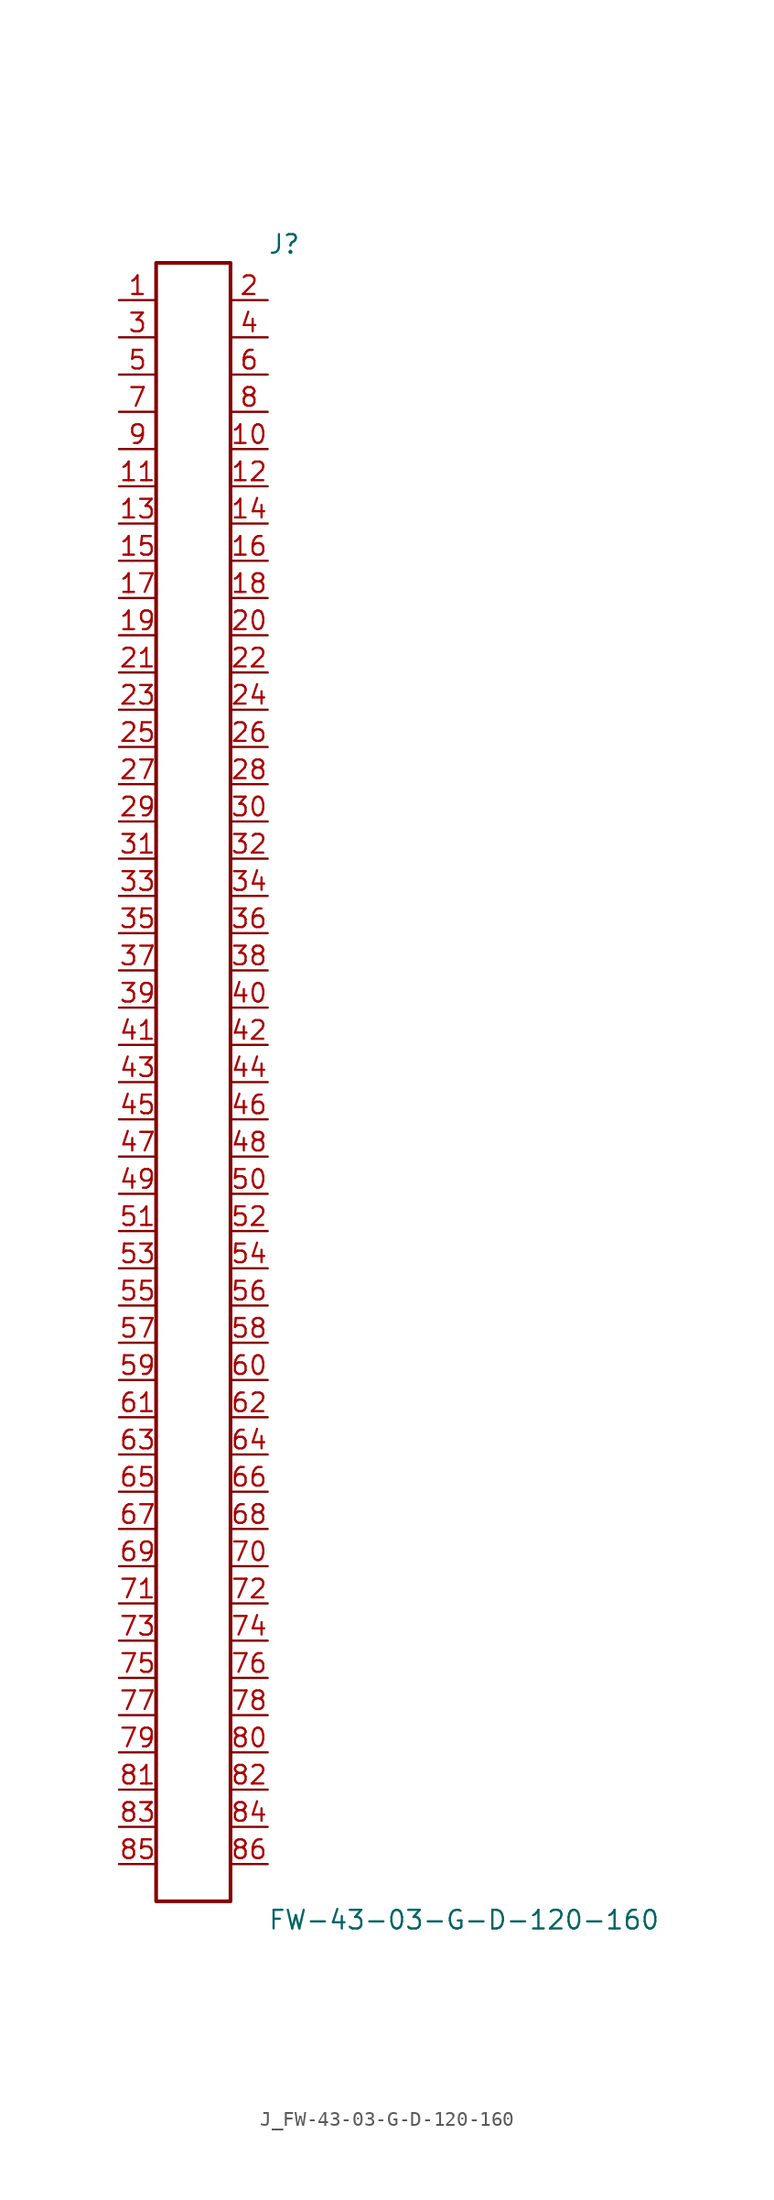
<source format=kicad_sym>
(kicad_symbol_lib
  (version 20231120)
  (generator kicad_symbol_editor)
  (generator_version 8.0)
  (symbol "J_FW-43-03-G-D-120-160"
    (pin_names
      (offset 0.254))
    (property "Reference" "J"
      (at 5.08 57.15 0)
      (effects (font (size 1.27 1.27)) (justify left)))
    (property "Value" "FW-43-03-G-D-120-160"
      (at 5.08 -57.15 0)
      (effects (font (size 1.27 1.27)) (justify left)))
    (symbol "J_FW-43-03-G-D-120-160_0_0"
      (pin passive line (at -5.08 53.34 0) (length 2.54) (name "" (effects (font (size 1.27 1.27)))) (number "1" (effects (font (size 1.27 1.27)))))
      (pin passive line (at 5.08 53.34 180) (length 2.54) (name "" (effects (font (size 1.27 1.27)))) (number "2" (effects (font (size 1.27 1.27)))))
      (pin passive line (at -5.08 50.8 0) (length 2.54) (name "" (effects (font (size 1.27 1.27)))) (number "3" (effects (font (size 1.27 1.27)))))
      (pin passive line (at 5.08 50.8 180) (length 2.54) (name "" (effects (font (size 1.27 1.27)))) (number "4" (effects (font (size 1.27 1.27)))))
      (pin passive line (at -5.08 48.26 0) (length 2.54) (name "" (effects (font (size 1.27 1.27)))) (number "5" (effects (font (size 1.27 1.27)))))
      (pin passive line (at 5.08 48.26 180) (length 2.54) (name "" (effects (font (size 1.27 1.27)))) (number "6" (effects (font (size 1.27 1.27)))))
      (pin passive line (at -5.08 45.72 0) (length 2.54) (name "" (effects (font (size 1.27 1.27)))) (number "7" (effects (font (size 1.27 1.27)))))
      (pin passive line (at 5.08 45.72 180) (length 2.54) (name "" (effects (font (size 1.27 1.27)))) (number "8" (effects (font (size 1.27 1.27)))))
      (pin passive line (at -5.08 43.18 0) (length 2.54) (name "" (effects (font (size 1.27 1.27)))) (number "9" (effects (font (size 1.27 1.27)))))
      (pin passive line (at 5.08 43.18 180) (length 2.54) (name "" (effects (font (size 1.27 1.27)))) (number "10" (effects (font (size 1.27 1.27)))))
      (pin passive line (at -5.08 40.64 0) (length 2.54) (name "" (effects (font (size 1.27 1.27)))) (number "11" (effects (font (size 1.27 1.27)))))
      (pin passive line (at 5.08 40.64 180) (length 2.54) (name "" (effects (font (size 1.27 1.27)))) (number "12" (effects (font (size 1.27 1.27)))))
      (pin passive line (at -5.08 38.1 0) (length 2.54) (name "" (effects (font (size 1.27 1.27)))) (number "13" (effects (font (size 1.27 1.27)))))
      (pin passive line (at 5.08 38.1 180) (length 2.54) (name "" (effects (font (size 1.27 1.27)))) (number "14" (effects (font (size 1.27 1.27)))))
      (pin passive line (at -5.08 35.56 0) (length 2.54) (name "" (effects (font (size 1.27 1.27)))) (number "15" (effects (font (size 1.27 1.27)))))
      (pin passive line (at 5.08 35.56 180) (length 2.54) (name "" (effects (font (size 1.27 1.27)))) (number "16" (effects (font (size 1.27 1.27)))))
      (pin passive line (at -5.08 33.02 0) (length 2.54) (name "" (effects (font (size 1.27 1.27)))) (number "17" (effects (font (size 1.27 1.27)))))
      (pin passive line (at 5.08 33.02 180) (length 2.54) (name "" (effects (font (size 1.27 1.27)))) (number "18" (effects (font (size 1.27 1.27)))))
      (pin passive line (at -5.08 30.48 0) (length 2.54) (name "" (effects (font (size 1.27 1.27)))) (number "19" (effects (font (size 1.27 1.27)))))
      (pin passive line (at 5.08 30.48 180) (length 2.54) (name "" (effects (font (size 1.27 1.27)))) (number "20" (effects (font (size 1.27 1.27)))))
      (pin passive line (at -5.08 27.94 0) (length 2.54) (name "" (effects (font (size 1.27 1.27)))) (number "21" (effects (font (size 1.27 1.27)))))
      (pin passive line (at 5.08 27.94 180) (length 2.54) (name "" (effects (font (size 1.27 1.27)))) (number "22" (effects (font (size 1.27 1.27)))))
      (pin passive line (at -5.08 25.4 0) (length 2.54) (name "" (effects (font (size 1.27 1.27)))) (number "23" (effects (font (size 1.27 1.27)))))
      (pin passive line (at 5.08 25.4 180) (length 2.54) (name "" (effects (font (size 1.27 1.27)))) (number "24" (effects (font (size 1.27 1.27)))))
      (pin passive line (at -5.08 22.86 0) (length 2.54) (name "" (effects (font (size 1.27 1.27)))) (number "25" (effects (font (size 1.27 1.27)))))
      (pin passive line (at 5.08 22.86 180) (length 2.54) (name "" (effects (font (size 1.27 1.27)))) (number "26" (effects (font (size 1.27 1.27)))))
      (pin passive line (at -5.08 20.32 0) (length 2.54) (name "" (effects (font (size 1.27 1.27)))) (number "27" (effects (font (size 1.27 1.27)))))
      (pin passive line (at 5.08 20.32 180) (length 2.54) (name "" (effects (font (size 1.27 1.27)))) (number "28" (effects (font (size 1.27 1.27)))))
      (pin passive line (at -5.08 17.78 0) (length 2.54) (name "" (effects (font (size 1.27 1.27)))) (number "29" (effects (font (size 1.27 1.27)))))
      (pin passive line (at 5.08 17.78 180) (length 2.54) (name "" (effects (font (size 1.27 1.27)))) (number "30" (effects (font (size 1.27 1.27)))))
      (pin passive line (at -5.08 15.24 0) (length 2.54) (name "" (effects (font (size 1.27 1.27)))) (number "31" (effects (font (size 1.27 1.27)))))
      (pin passive line (at 5.08 15.24 180) (length 2.54) (name "" (effects (font (size 1.27 1.27)))) (number "32" (effects (font (size 1.27 1.27)))))
      (pin passive line (at -5.08 12.7 0) (length 2.54) (name "" (effects (font (size 1.27 1.27)))) (number "33" (effects (font (size 1.27 1.27)))))
      (pin passive line (at 5.08 12.7 180) (length 2.54) (name "" (effects (font (size 1.27 1.27)))) (number "34" (effects (font (size 1.27 1.27)))))
      (pin passive line (at -5.08 10.16 0) (length 2.54) (name "" (effects (font (size 1.27 1.27)))) (number "35" (effects (font (size 1.27 1.27)))))
      (pin passive line (at 5.08 10.16 180) (length 2.54) (name "" (effects (font (size 1.27 1.27)))) (number "36" (effects (font (size 1.27 1.27)))))
      (pin passive line (at -5.08 7.62 0) (length 2.54) (name "" (effects (font (size 1.27 1.27)))) (number "37" (effects (font (size 1.27 1.27)))))
      (pin passive line (at 5.08 7.62 180) (length 2.54) (name "" (effects (font (size 1.27 1.27)))) (number "38" (effects (font (size 1.27 1.27)))))
      (pin passive line (at -5.08 5.08 0) (length 2.54) (name "" (effects (font (size 1.27 1.27)))) (number "39" (effects (font (size 1.27 1.27)))))
      (pin passive line (at 5.08 5.08 180) (length 2.54) (name "" (effects (font (size 1.27 1.27)))) (number "40" (effects (font (size 1.27 1.27)))))
      (pin passive line (at -5.08 2.54 0) (length 2.54) (name "" (effects (font (size 1.27 1.27)))) (number "41" (effects (font (size 1.27 1.27)))))
      (pin passive line (at 5.08 2.54 180) (length 2.54) (name "" (effects (font (size 1.27 1.27)))) (number "42" (effects (font (size 1.27 1.27)))))
      (pin passive line (at -5.08 0.0 0) (length 2.54) (name "" (effects (font (size 1.27 1.27)))) (number "43" (effects (font (size 1.27 1.27)))))
      (pin passive line (at 5.08 0.0 180) (length 2.54) (name "" (effects (font (size 1.27 1.27)))) (number "44" (effects (font (size 1.27 1.27)))))
      (pin passive line (at -5.08 -2.54 0) (length 2.54) (name "" (effects (font (size 1.27 1.27)))) (number "45" (effects (font (size 1.27 1.27)))))
      (pin passive line (at 5.08 -2.54 180) (length 2.54) (name "" (effects (font (size 1.27 1.27)))) (number "46" (effects (font (size 1.27 1.27)))))
      (pin passive line (at -5.08 -5.08 0) (length 2.54) (name "" (effects (font (size 1.27 1.27)))) (number "47" (effects (font (size 1.27 1.27)))))
      (pin passive line (at 5.08 -5.08 180) (length 2.54) (name "" (effects (font (size 1.27 1.27)))) (number "48" (effects (font (size 1.27 1.27)))))
      (pin passive line (at -5.08 -7.62 0) (length 2.54) (name "" (effects (font (size 1.27 1.27)))) (number "49" (effects (font (size 1.27 1.27)))))
      (pin passive line (at 5.08 -7.62 180) (length 2.54) (name "" (effects (font (size 1.27 1.27)))) (number "50" (effects (font (size 1.27 1.27)))))
      (pin passive line (at -5.08 -10.16 0) (length 2.54) (name "" (effects (font (size 1.27 1.27)))) (number "51" (effects (font (size 1.27 1.27)))))
      (pin passive line (at 5.08 -10.16 180) (length 2.54) (name "" (effects (font (size 1.27 1.27)))) (number "52" (effects (font (size 1.27 1.27)))))
      (pin passive line (at -5.08 -12.7 0) (length 2.54) (name "" (effects (font (size 1.27 1.27)))) (number "53" (effects (font (size 1.27 1.27)))))
      (pin passive line (at 5.08 -12.7 180) (length 2.54) (name "" (effects (font (size 1.27 1.27)))) (number "54" (effects (font (size 1.27 1.27)))))
      (pin passive line (at -5.08 -15.24 0) (length 2.54) (name "" (effects (font (size 1.27 1.27)))) (number "55" (effects (font (size 1.27 1.27)))))
      (pin passive line (at 5.08 -15.24 180) (length 2.54) (name "" (effects (font (size 1.27 1.27)))) (number "56" (effects (font (size 1.27 1.27)))))
      (pin passive line (at -5.08 -17.78 0) (length 2.54) (name "" (effects (font (size 1.27 1.27)))) (number "57" (effects (font (size 1.27 1.27)))))
      (pin passive line (at 5.08 -17.78 180) (length 2.54) (name "" (effects (font (size 1.27 1.27)))) (number "58" (effects (font (size 1.27 1.27)))))
      (pin passive line (at -5.08 -20.32 0) (length 2.54) (name "" (effects (font (size 1.27 1.27)))) (number "59" (effects (font (size 1.27 1.27)))))
      (pin passive line (at 5.08 -20.32 180) (length 2.54) (name "" (effects (font (size 1.27 1.27)))) (number "60" (effects (font (size 1.27 1.27)))))
      (pin passive line (at -5.08 -22.86 0) (length 2.54) (name "" (effects (font (size 1.27 1.27)))) (number "61" (effects (font (size 1.27 1.27)))))
      (pin passive line (at 5.08 -22.86 180) (length 2.54) (name "" (effects (font (size 1.27 1.27)))) (number "62" (effects (font (size 1.27 1.27)))))
      (pin passive line (at -5.08 -25.4 0) (length 2.54) (name "" (effects (font (size 1.27 1.27)))) (number "63" (effects (font (size 1.27 1.27)))))
      (pin passive line (at 5.08 -25.4 180) (length 2.54) (name "" (effects (font (size 1.27 1.27)))) (number "64" (effects (font (size 1.27 1.27)))))
      (pin passive line (at -5.08 -27.94 0) (length 2.54) (name "" (effects (font (size 1.27 1.27)))) (number "65" (effects (font (size 1.27 1.27)))))
      (pin passive line (at 5.08 -27.94 180) (length 2.54) (name "" (effects (font (size 1.27 1.27)))) (number "66" (effects (font (size 1.27 1.27)))))
      (pin passive line (at -5.08 -30.48 0) (length 2.54) (name "" (effects (font (size 1.27 1.27)))) (number "67" (effects (font (size 1.27 1.27)))))
      (pin passive line (at 5.08 -30.48 180) (length 2.54) (name "" (effects (font (size 1.27 1.27)))) (number "68" (effects (font (size 1.27 1.27)))))
      (pin passive line (at -5.08 -33.02 0) (length 2.54) (name "" (effects (font (size 1.27 1.27)))) (number "69" (effects (font (size 1.27 1.27)))))
      (pin passive line (at 5.08 -33.02 180) (length 2.54) (name "" (effects (font (size 1.27 1.27)))) (number "70" (effects (font (size 1.27 1.27)))))
      (pin passive line (at -5.08 -35.56 0) (length 2.54) (name "" (effects (font (size 1.27 1.27)))) (number "71" (effects (font (size 1.27 1.27)))))
      (pin passive line (at 5.08 -35.56 180) (length 2.54) (name "" (effects (font (size 1.27 1.27)))) (number "72" (effects (font (size 1.27 1.27)))))
      (pin passive line (at -5.08 -38.1 0) (length 2.54) (name "" (effects (font (size 1.27 1.27)))) (number "73" (effects (font (size 1.27 1.27)))))
      (pin passive line (at 5.08 -38.1 180) (length 2.54) (name "" (effects (font (size 1.27 1.27)))) (number "74" (effects (font (size 1.27 1.27)))))
      (pin passive line (at -5.08 -40.64 0) (length 2.54) (name "" (effects (font (size 1.27 1.27)))) (number "75" (effects (font (size 1.27 1.27)))))
      (pin passive line (at 5.08 -40.64 180) (length 2.54) (name "" (effects (font (size 1.27 1.27)))) (number "76" (effects (font (size 1.27 1.27)))))
      (pin passive line (at -5.08 -43.18 0) (length 2.54) (name "" (effects (font (size 1.27 1.27)))) (number "77" (effects (font (size 1.27 1.27)))))
      (pin passive line (at 5.08 -43.18 180) (length 2.54) (name "" (effects (font (size 1.27 1.27)))) (number "78" (effects (font (size 1.27 1.27)))))
      (pin passive line (at -5.08 -45.72 0) (length 2.54) (name "" (effects (font (size 1.27 1.27)))) (number "79" (effects (font (size 1.27 1.27)))))
      (pin passive line (at 5.08 -45.72 180) (length 2.54) (name "" (effects (font (size 1.27 1.27)))) (number "80" (effects (font (size 1.27 1.27)))))
      (pin passive line (at -5.08 -48.26 0) (length 2.54) (name "" (effects (font (size 1.27 1.27)))) (number "81" (effects (font (size 1.27 1.27)))))
      (pin passive line (at 5.08 -48.26 180) (length 2.54) (name "" (effects (font (size 1.27 1.27)))) (number "82" (effects (font (size 1.27 1.27)))))
      (pin passive line (at -5.08 -50.8 0) (length 2.54) (name "" (effects (font (size 1.27 1.27)))) (number "83" (effects (font (size 1.27 1.27)))))
      (pin passive line (at 5.08 -50.8 180) (length 2.54) (name "" (effects (font (size 1.27 1.27)))) (number "84" (effects (font (size 1.27 1.27)))))
      (pin passive line (at -5.08 -53.34 0) (length 2.54) (name "" (effects (font (size 1.27 1.27)))) (number "85" (effects (font (size 1.27 1.27)))))
      (pin passive line (at 5.08 -53.34 180) (length 2.54) (name "" (effects (font (size 1.27 1.27)))) (number "86" (effects (font (size 1.27 1.27))))))
    (symbol "J_FW-43-03-G-D-120-160_1_0"
      (rectangle (start -2.54 55.88) (end 2.54 -55.88) (stroke (width 0.254) (type solid)) (fill (type none))))))
</source>
